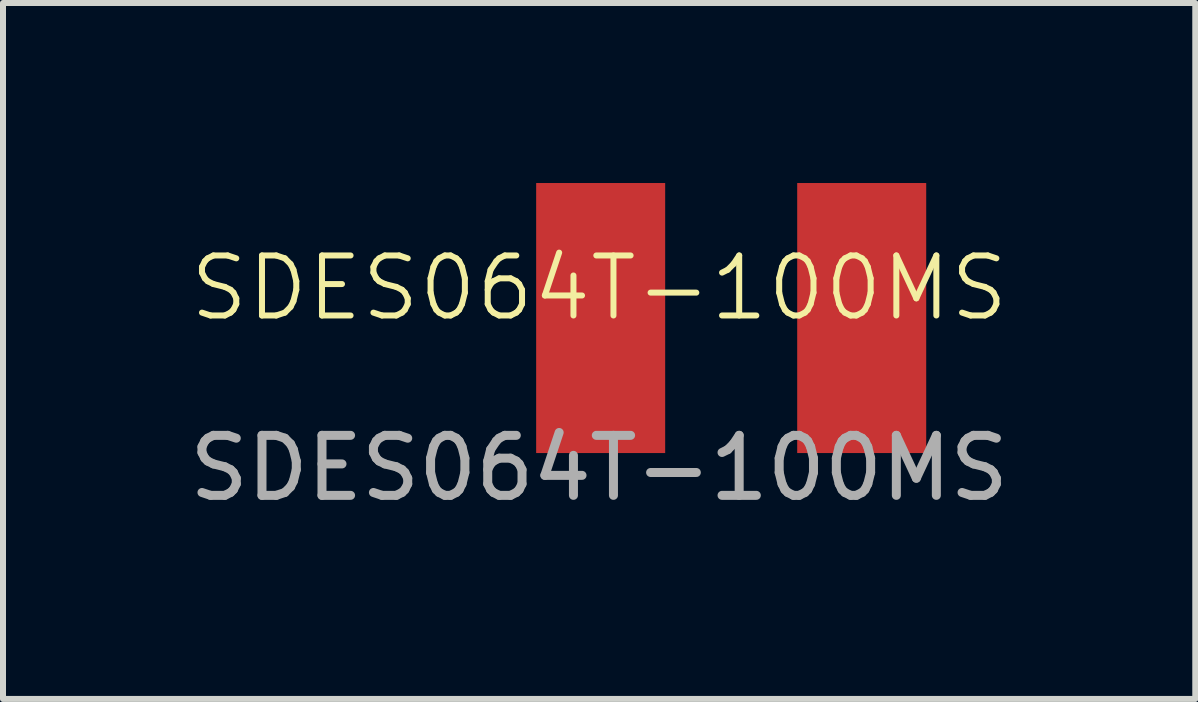
<source format=kicad_pcb>
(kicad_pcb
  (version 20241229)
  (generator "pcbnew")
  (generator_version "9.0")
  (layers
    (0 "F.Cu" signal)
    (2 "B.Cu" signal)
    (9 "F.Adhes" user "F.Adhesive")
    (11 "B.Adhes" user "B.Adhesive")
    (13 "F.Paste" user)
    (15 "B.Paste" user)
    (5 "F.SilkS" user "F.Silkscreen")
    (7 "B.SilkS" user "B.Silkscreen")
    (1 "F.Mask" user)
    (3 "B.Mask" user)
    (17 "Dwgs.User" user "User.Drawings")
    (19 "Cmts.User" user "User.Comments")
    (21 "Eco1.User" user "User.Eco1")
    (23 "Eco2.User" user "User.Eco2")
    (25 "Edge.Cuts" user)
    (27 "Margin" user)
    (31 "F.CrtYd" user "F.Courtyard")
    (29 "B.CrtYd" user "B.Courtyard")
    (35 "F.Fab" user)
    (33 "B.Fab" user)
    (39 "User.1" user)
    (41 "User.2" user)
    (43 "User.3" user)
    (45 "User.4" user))
  (footprint "SDES064T-100MS"
    (layer "F.Cu")
    (at 6.96 2.25)
    (property "Reference" "SDES064T-100MS" (at -0.025 -0.5 0) (unlocked yes) (layer "F.SilkS") (effects (font (size 1 1) (thickness 0.1))))
    (attr smd)
    (fp_text user "${REFERENCE}" (at -0.025 2.5 0) (unlocked yes) (layer "F.Fab") (effects (font (size 1 1) (thickness 0.15))))
    (pad "1" smd rect (at 0 0) (size 2.15 4.5) (layers "F.Cu" "F.Mask" "F.Paste"))
    (pad "2" smd rect (at 4.35 0) (size 2.15 4.5) (layers "F.Cu" "F.Mask" "F.Paste")))
  (gr_rect
    (start -3 -3)
    (end 16.869 8.598)
    (stroke (width 0.1) (type default))
    (fill no)
    (layer "Edge.Cuts")))
</source>
